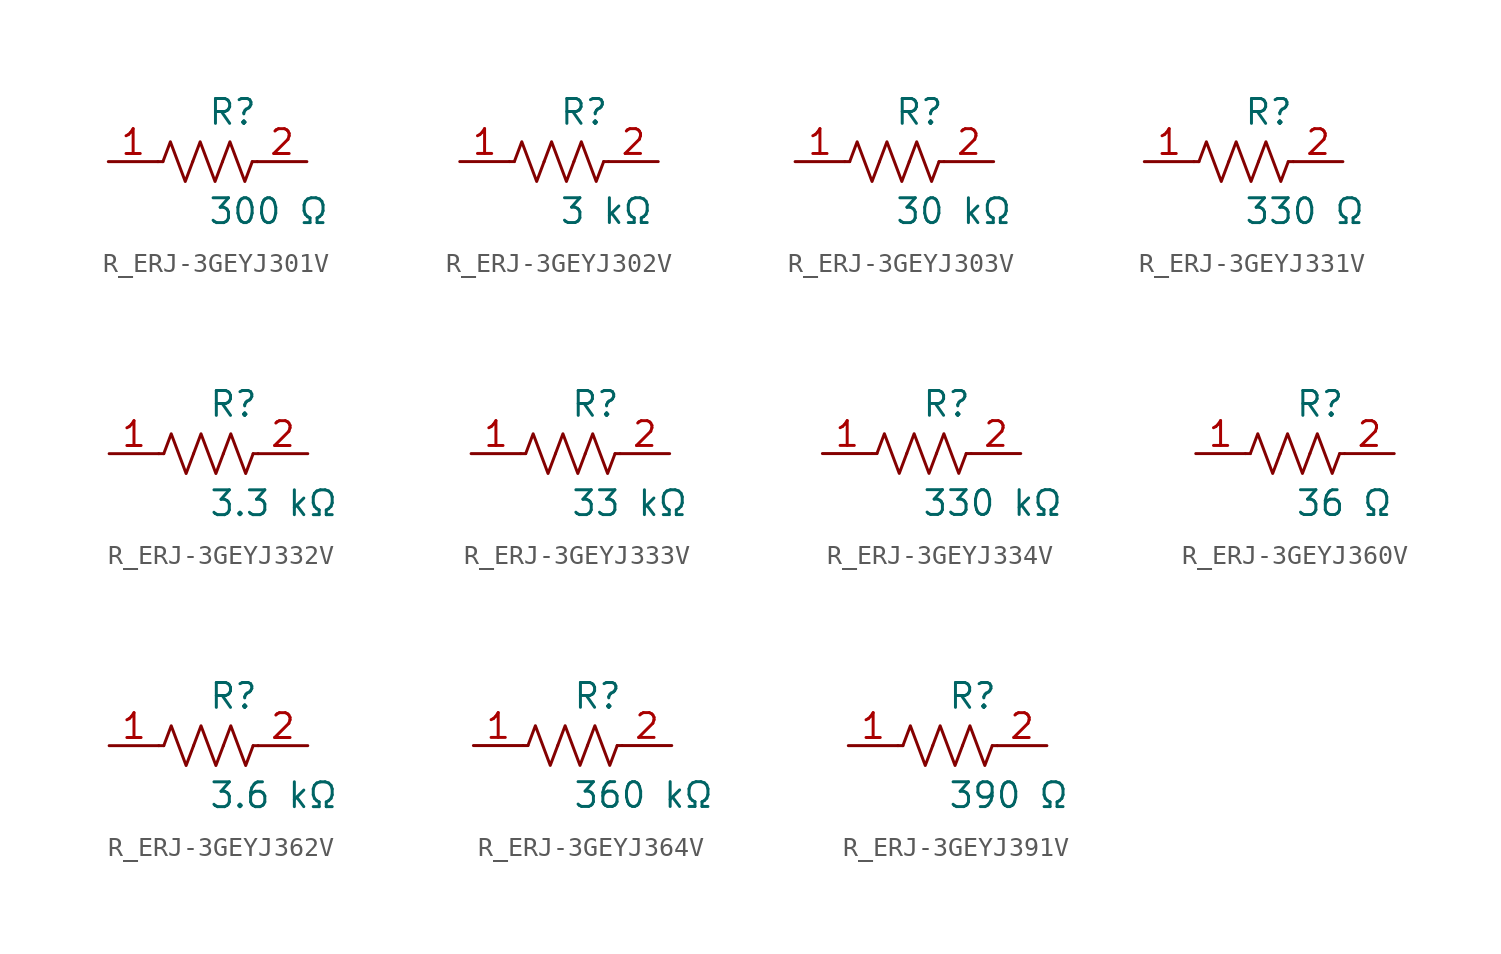
<source format=kicad_sym>
(kicad_symbol_lib
  (version 20231120)
  (generator kicad_symbol_editor)
  (generator_version 8.0)
  (symbol "R_ERJ-3GEYJ301V"
    (pin_names
      (offset 0.254))
    (property "Reference" "R"
      (at 0.0 2.54 0)
      (effects (font (size 1.27 1.27)) (justify left)))
    (property "Value" "300 Ω"
      (at 0.0 -2.54 0)
      (effects (font (size 1.27 1.27)) (justify left)))
    (symbol "R_ERJ-3GEYJ301V_0_1"
      (polyline (pts (xy 2.286 0) (xy 2.54 0)) (stroke (width 0) (type default)) (fill (type none)))
      (polyline (pts (xy -2.286 0) (xy -2.54 0)) (stroke (width 0) (type default)) (fill (type none)))
      (polyline (pts (xy 0.762 0) (xy 1.143 1.016) (xy 1.524 0) (xy 1.905 -1.016) (xy 2.286 0)) (stroke (width 0) (type default)) (fill (type none)))
      (polyline (pts (xy -0.762 0) (xy -0.381 1.016) (xy 0 0) (xy 0.381 -1.016) (xy 0.762 0)) (stroke (width 0) (type default)) (fill (type none)))
      (polyline (pts (xy -2.286 0) (xy -1.905 1.016) (xy -1.524 0) (xy -1.143 -1.016) (xy -0.762 0)) (stroke (width 0) (type default)) (fill (type none))))
    (pin unspecified line
      (at -5.08 0 0)
      (length 2.54)
      (name "" (effects (font (size 1.27 1.27))))
      (number "1" (effects (font (size 1.27 1.27)))))
    (pin unspecified line
      (at 5.08 0 180)
      (length 2.54)
      (name "" (effects (font (size 1.27 1.27))))
      (number "2" (effects (font (size 1.27 1.27))))))
  (symbol "R_ERJ-3GEYJ302V"
    (pin_names
      (offset 0.254))
    (property "Reference" "R"
      (at 0.0 2.54 0)
      (effects (font (size 1.27 1.27)) (justify left)))
    (property "Value" "3 kΩ"
      (at 0.0 -2.54 0)
      (effects (font (size 1.27 1.27)) (justify left)))
    (symbol "R_ERJ-3GEYJ302V_0_1"
      (polyline (pts (xy 2.286 0) (xy 2.54 0)) (stroke (width 0) (type default)) (fill (type none)))
      (polyline (pts (xy -2.286 0) (xy -2.54 0)) (stroke (width 0) (type default)) (fill (type none)))
      (polyline (pts (xy 0.762 0) (xy 1.143 1.016) (xy 1.524 0) (xy 1.905 -1.016) (xy 2.286 0)) (stroke (width 0) (type default)) (fill (type none)))
      (polyline (pts (xy -0.762 0) (xy -0.381 1.016) (xy 0 0) (xy 0.381 -1.016) (xy 0.762 0)) (stroke (width 0) (type default)) (fill (type none)))
      (polyline (pts (xy -2.286 0) (xy -1.905 1.016) (xy -1.524 0) (xy -1.143 -1.016) (xy -0.762 0)) (stroke (width 0) (type default)) (fill (type none))))
    (pin unspecified line
      (at -5.08 0 0)
      (length 2.54)
      (name "" (effects (font (size 1.27 1.27))))
      (number "1" (effects (font (size 1.27 1.27)))))
    (pin unspecified line
      (at 5.08 0 180)
      (length 2.54)
      (name "" (effects (font (size 1.27 1.27))))
      (number "2" (effects (font (size 1.27 1.27))))))
  (symbol "R_ERJ-3GEYJ303V"
    (pin_names
      (offset 0.254))
    (property "Reference" "R"
      (at 0.0 2.54 0)
      (effects (font (size 1.27 1.27)) (justify left)))
    (property "Value" "30 kΩ"
      (at 0.0 -2.54 0)
      (effects (font (size 1.27 1.27)) (justify left)))
    (symbol "R_ERJ-3GEYJ303V_0_1"
      (polyline (pts (xy 2.286 0) (xy 2.54 0)) (stroke (width 0) (type default)) (fill (type none)))
      (polyline (pts (xy -2.286 0) (xy -2.54 0)) (stroke (width 0) (type default)) (fill (type none)))
      (polyline (pts (xy 0.762 0) (xy 1.143 1.016) (xy 1.524 0) (xy 1.905 -1.016) (xy 2.286 0)) (stroke (width 0) (type default)) (fill (type none)))
      (polyline (pts (xy -0.762 0) (xy -0.381 1.016) (xy 0 0) (xy 0.381 -1.016) (xy 0.762 0)) (stroke (width 0) (type default)) (fill (type none)))
      (polyline (pts (xy -2.286 0) (xy -1.905 1.016) (xy -1.524 0) (xy -1.143 -1.016) (xy -0.762 0)) (stroke (width 0) (type default)) (fill (type none))))
    (pin unspecified line
      (at -5.08 0 0)
      (length 2.54)
      (name "" (effects (font (size 1.27 1.27))))
      (number "1" (effects (font (size 1.27 1.27)))))
    (pin unspecified line
      (at 5.08 0 180)
      (length 2.54)
      (name "" (effects (font (size 1.27 1.27))))
      (number "2" (effects (font (size 1.27 1.27))))))
  (symbol "R_ERJ-3GEYJ331V"
    (pin_names
      (offset 0.254))
    (property "Reference" "R"
      (at 0.0 2.54 0)
      (effects (font (size 1.27 1.27)) (justify left)))
    (property "Value" "330 Ω"
      (at 0.0 -2.54 0)
      (effects (font (size 1.27 1.27)) (justify left)))
    (symbol "R_ERJ-3GEYJ331V_0_1"
      (polyline (pts (xy 2.286 0) (xy 2.54 0)) (stroke (width 0) (type default)) (fill (type none)))
      (polyline (pts (xy -2.286 0) (xy -2.54 0)) (stroke (width 0) (type default)) (fill (type none)))
      (polyline (pts (xy 0.762 0) (xy 1.143 1.016) (xy 1.524 0) (xy 1.905 -1.016) (xy 2.286 0)) (stroke (width 0) (type default)) (fill (type none)))
      (polyline (pts (xy -0.762 0) (xy -0.381 1.016) (xy 0 0) (xy 0.381 -1.016) (xy 0.762 0)) (stroke (width 0) (type default)) (fill (type none)))
      (polyline (pts (xy -2.286 0) (xy -1.905 1.016) (xy -1.524 0) (xy -1.143 -1.016) (xy -0.762 0)) (stroke (width 0) (type default)) (fill (type none))))
    (pin unspecified line
      (at -5.08 0 0)
      (length 2.54)
      (name "" (effects (font (size 1.27 1.27))))
      (number "1" (effects (font (size 1.27 1.27)))))
    (pin unspecified line
      (at 5.08 0 180)
      (length 2.54)
      (name "" (effects (font (size 1.27 1.27))))
      (number "2" (effects (font (size 1.27 1.27))))))
  (symbol "R_ERJ-3GEYJ332V"
    (pin_names
      (offset 0.254))
    (property "Reference" "R"
      (at 0.0 2.54 0)
      (effects (font (size 1.27 1.27)) (justify left)))
    (property "Value" "3.3 kΩ"
      (at 0.0 -2.54 0)
      (effects (font (size 1.27 1.27)) (justify left)))
    (symbol "R_ERJ-3GEYJ332V_0_1"
      (polyline (pts (xy 2.286 0) (xy 2.54 0)) (stroke (width 0) (type default)) (fill (type none)))
      (polyline (pts (xy -2.286 0) (xy -2.54 0)) (stroke (width 0) (type default)) (fill (type none)))
      (polyline (pts (xy 0.762 0) (xy 1.143 1.016) (xy 1.524 0) (xy 1.905 -1.016) (xy 2.286 0)) (stroke (width 0) (type default)) (fill (type none)))
      (polyline (pts (xy -0.762 0) (xy -0.381 1.016) (xy 0 0) (xy 0.381 -1.016) (xy 0.762 0)) (stroke (width 0) (type default)) (fill (type none)))
      (polyline (pts (xy -2.286 0) (xy -1.905 1.016) (xy -1.524 0) (xy -1.143 -1.016) (xy -0.762 0)) (stroke (width 0) (type default)) (fill (type none))))
    (pin unspecified line
      (at -5.08 0 0)
      (length 2.54)
      (name "" (effects (font (size 1.27 1.27))))
      (number "1" (effects (font (size 1.27 1.27)))))
    (pin unspecified line
      (at 5.08 0 180)
      (length 2.54)
      (name "" (effects (font (size 1.27 1.27))))
      (number "2" (effects (font (size 1.27 1.27))))))
  (symbol "R_ERJ-3GEYJ333V"
    (pin_names
      (offset 0.254))
    (property "Reference" "R"
      (at 0.0 2.54 0)
      (effects (font (size 1.27 1.27)) (justify left)))
    (property "Value" "33 kΩ"
      (at 0.0 -2.54 0)
      (effects (font (size 1.27 1.27)) (justify left)))
    (symbol "R_ERJ-3GEYJ333V_0_1"
      (polyline (pts (xy 2.286 0) (xy 2.54 0)) (stroke (width 0) (type default)) (fill (type none)))
      (polyline (pts (xy -2.286 0) (xy -2.54 0)) (stroke (width 0) (type default)) (fill (type none)))
      (polyline (pts (xy 0.762 0) (xy 1.143 1.016) (xy 1.524 0) (xy 1.905 -1.016) (xy 2.286 0)) (stroke (width 0) (type default)) (fill (type none)))
      (polyline (pts (xy -0.762 0) (xy -0.381 1.016) (xy 0 0) (xy 0.381 -1.016) (xy 0.762 0)) (stroke (width 0) (type default)) (fill (type none)))
      (polyline (pts (xy -2.286 0) (xy -1.905 1.016) (xy -1.524 0) (xy -1.143 -1.016) (xy -0.762 0)) (stroke (width 0) (type default)) (fill (type none))))
    (pin unspecified line
      (at -5.08 0 0)
      (length 2.54)
      (name "" (effects (font (size 1.27 1.27))))
      (number "1" (effects (font (size 1.27 1.27)))))
    (pin unspecified line
      (at 5.08 0 180)
      (length 2.54)
      (name "" (effects (font (size 1.27 1.27))))
      (number "2" (effects (font (size 1.27 1.27))))))
  (symbol "R_ERJ-3GEYJ334V"
    (pin_names
      (offset 0.254))
    (property "Reference" "R"
      (at 0.0 2.54 0)
      (effects (font (size 1.27 1.27)) (justify left)))
    (property "Value" "330 kΩ"
      (at 0.0 -2.54 0)
      (effects (font (size 1.27 1.27)) (justify left)))
    (symbol "R_ERJ-3GEYJ334V_0_1"
      (polyline (pts (xy 2.286 0) (xy 2.54 0)) (stroke (width 0) (type default)) (fill (type none)))
      (polyline (pts (xy -2.286 0) (xy -2.54 0)) (stroke (width 0) (type default)) (fill (type none)))
      (polyline (pts (xy 0.762 0) (xy 1.143 1.016) (xy 1.524 0) (xy 1.905 -1.016) (xy 2.286 0)) (stroke (width 0) (type default)) (fill (type none)))
      (polyline (pts (xy -0.762 0) (xy -0.381 1.016) (xy 0 0) (xy 0.381 -1.016) (xy 0.762 0)) (stroke (width 0) (type default)) (fill (type none)))
      (polyline (pts (xy -2.286 0) (xy -1.905 1.016) (xy -1.524 0) (xy -1.143 -1.016) (xy -0.762 0)) (stroke (width 0) (type default)) (fill (type none))))
    (pin unspecified line
      (at -5.08 0 0)
      (length 2.54)
      (name "" (effects (font (size 1.27 1.27))))
      (number "1" (effects (font (size 1.27 1.27)))))
    (pin unspecified line
      (at 5.08 0 180)
      (length 2.54)
      (name "" (effects (font (size 1.27 1.27))))
      (number "2" (effects (font (size 1.27 1.27))))))
  (symbol "R_ERJ-3GEYJ360V"
    (pin_names
      (offset 0.254))
    (property "Reference" "R"
      (at 0.0 2.54 0)
      (effects (font (size 1.27 1.27)) (justify left)))
    (property "Value" "36 Ω"
      (at 0.0 -2.54 0)
      (effects (font (size 1.27 1.27)) (justify left)))
    (symbol "R_ERJ-3GEYJ360V_0_1"
      (polyline (pts (xy 2.286 0) (xy 2.54 0)) (stroke (width 0) (type default)) (fill (type none)))
      (polyline (pts (xy -2.286 0) (xy -2.54 0)) (stroke (width 0) (type default)) (fill (type none)))
      (polyline (pts (xy 0.762 0) (xy 1.143 1.016) (xy 1.524 0) (xy 1.905 -1.016) (xy 2.286 0)) (stroke (width 0) (type default)) (fill (type none)))
      (polyline (pts (xy -0.762 0) (xy -0.381 1.016) (xy 0 0) (xy 0.381 -1.016) (xy 0.762 0)) (stroke (width 0) (type default)) (fill (type none)))
      (polyline (pts (xy -2.286 0) (xy -1.905 1.016) (xy -1.524 0) (xy -1.143 -1.016) (xy -0.762 0)) (stroke (width 0) (type default)) (fill (type none))))
    (pin unspecified line
      (at -5.08 0 0)
      (length 2.54)
      (name "" (effects (font (size 1.27 1.27))))
      (number "1" (effects (font (size 1.27 1.27)))))
    (pin unspecified line
      (at 5.08 0 180)
      (length 2.54)
      (name "" (effects (font (size 1.27 1.27))))
      (number "2" (effects (font (size 1.27 1.27))))))
  (symbol "R_ERJ-3GEYJ362V"
    (pin_names
      (offset 0.254))
    (property "Reference" "R"
      (at 0.0 2.54 0)
      (effects (font (size 1.27 1.27)) (justify left)))
    (property "Value" "3.6 kΩ"
      (at 0.0 -2.54 0)
      (effects (font (size 1.27 1.27)) (justify left)))
    (symbol "R_ERJ-3GEYJ362V_0_1"
      (polyline (pts (xy 2.286 0) (xy 2.54 0)) (stroke (width 0) (type default)) (fill (type none)))
      (polyline (pts (xy -2.286 0) (xy -2.54 0)) (stroke (width 0) (type default)) (fill (type none)))
      (polyline (pts (xy 0.762 0) (xy 1.143 1.016) (xy 1.524 0) (xy 1.905 -1.016) (xy 2.286 0)) (stroke (width 0) (type default)) (fill (type none)))
      (polyline (pts (xy -0.762 0) (xy -0.381 1.016) (xy 0 0) (xy 0.381 -1.016) (xy 0.762 0)) (stroke (width 0) (type default)) (fill (type none)))
      (polyline (pts (xy -2.286 0) (xy -1.905 1.016) (xy -1.524 0) (xy -1.143 -1.016) (xy -0.762 0)) (stroke (width 0) (type default)) (fill (type none))))
    (pin unspecified line
      (at -5.08 0 0)
      (length 2.54)
      (name "" (effects (font (size 1.27 1.27))))
      (number "1" (effects (font (size 1.27 1.27)))))
    (pin unspecified line
      (at 5.08 0 180)
      (length 2.54)
      (name "" (effects (font (size 1.27 1.27))))
      (number "2" (effects (font (size 1.27 1.27))))))
  (symbol "R_ERJ-3GEYJ364V"
    (pin_names
      (offset 0.254))
    (property "Reference" "R"
      (at 0.0 2.54 0)
      (effects (font (size 1.27 1.27)) (justify left)))
    (property "Value" "360 kΩ"
      (at 0.0 -2.54 0)
      (effects (font (size 1.27 1.27)) (justify left)))
    (symbol "R_ERJ-3GEYJ364V_0_1"
      (polyline (pts (xy 2.286 0) (xy 2.54 0)) (stroke (width 0) (type default)) (fill (type none)))
      (polyline (pts (xy -2.286 0) (xy -2.54 0)) (stroke (width 0) (type default)) (fill (type none)))
      (polyline (pts (xy 0.762 0) (xy 1.143 1.016) (xy 1.524 0) (xy 1.905 -1.016) (xy 2.286 0)) (stroke (width 0) (type default)) (fill (type none)))
      (polyline (pts (xy -0.762 0) (xy -0.381 1.016) (xy 0 0) (xy 0.381 -1.016) (xy 0.762 0)) (stroke (width 0) (type default)) (fill (type none)))
      (polyline (pts (xy -2.286 0) (xy -1.905 1.016) (xy -1.524 0) (xy -1.143 -1.016) (xy -0.762 0)) (stroke (width 0) (type default)) (fill (type none))))
    (pin unspecified line
      (at -5.08 0 0)
      (length 2.54)
      (name "" (effects (font (size 1.27 1.27))))
      (number "1" (effects (font (size 1.27 1.27)))))
    (pin unspecified line
      (at 5.08 0 180)
      (length 2.54)
      (name "" (effects (font (size 1.27 1.27))))
      (number "2" (effects (font (size 1.27 1.27))))))
  (symbol "R_ERJ-3GEYJ391V"
    (pin_names
      (offset 0.254))
    (property "Reference" "R"
      (at 0.0 2.54 0)
      (effects (font (size 1.27 1.27)) (justify left)))
    (property "Value" "390 Ω"
      (at 0.0 -2.54 0)
      (effects (font (size 1.27 1.27)) (justify left)))
    (symbol "R_ERJ-3GEYJ391V_0_1"
      (polyline (pts (xy 2.286 0) (xy 2.54 0)) (stroke (width 0) (type default)) (fill (type none)))
      (polyline (pts (xy -2.286 0) (xy -2.54 0)) (stroke (width 0) (type default)) (fill (type none)))
      (polyline (pts (xy 0.762 0) (xy 1.143 1.016) (xy 1.524 0) (xy 1.905 -1.016) (xy 2.286 0)) (stroke (width 0) (type default)) (fill (type none)))
      (polyline (pts (xy -0.762 0) (xy -0.381 1.016) (xy 0 0) (xy 0.381 -1.016) (xy 0.762 0)) (stroke (width 0) (type default)) (fill (type none)))
      (polyline (pts (xy -2.286 0) (xy -1.905 1.016) (xy -1.524 0) (xy -1.143 -1.016) (xy -0.762 0)) (stroke (width 0) (type default)) (fill (type none))))
    (pin unspecified line
      (at -5.08 0 0)
      (length 2.54)
      (name "" (effects (font (size 1.27 1.27))))
      (number "1" (effects (font (size 1.27 1.27)))))
    (pin unspecified line
      (at 5.08 0 180)
      (length 2.54)
      (name "" (effects (font (size 1.27 1.27))))
      (number "2" (effects (font (size 1.27 1.27)))))))
</source>
